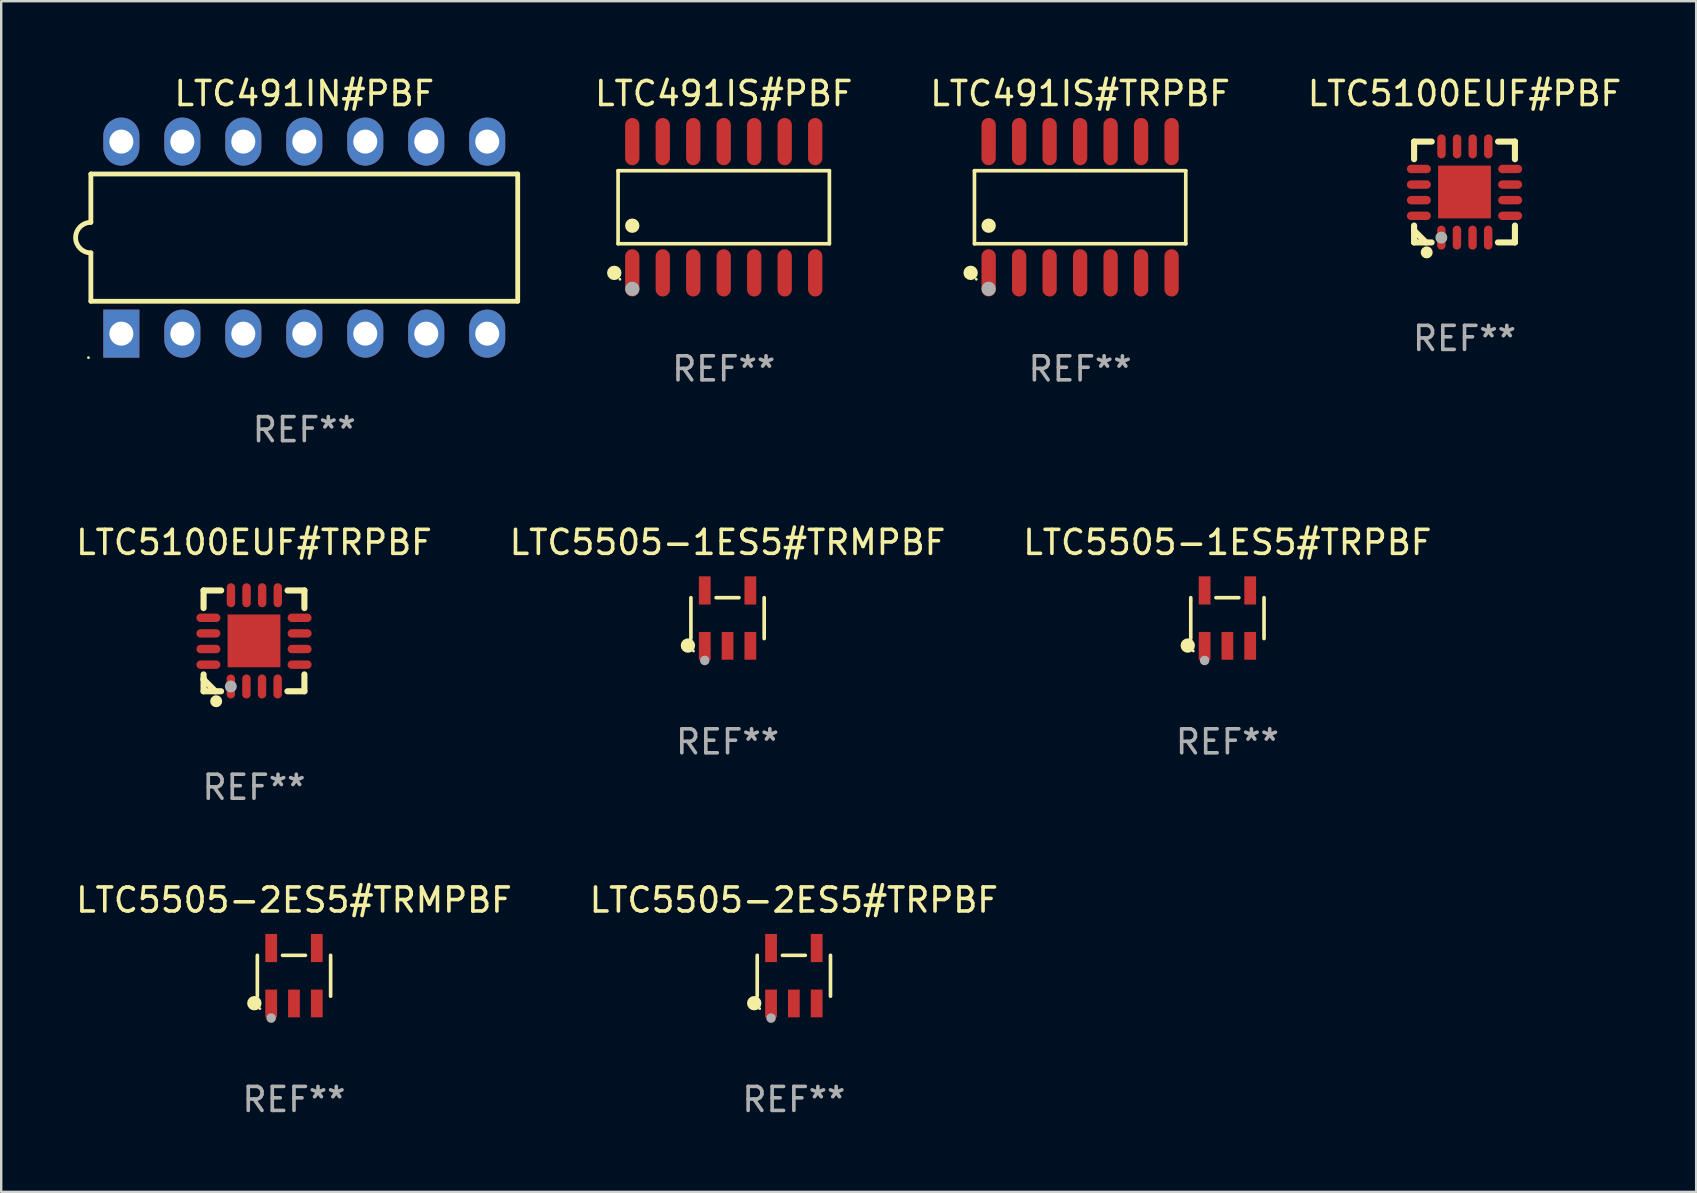
<source format=kicad_pcb>
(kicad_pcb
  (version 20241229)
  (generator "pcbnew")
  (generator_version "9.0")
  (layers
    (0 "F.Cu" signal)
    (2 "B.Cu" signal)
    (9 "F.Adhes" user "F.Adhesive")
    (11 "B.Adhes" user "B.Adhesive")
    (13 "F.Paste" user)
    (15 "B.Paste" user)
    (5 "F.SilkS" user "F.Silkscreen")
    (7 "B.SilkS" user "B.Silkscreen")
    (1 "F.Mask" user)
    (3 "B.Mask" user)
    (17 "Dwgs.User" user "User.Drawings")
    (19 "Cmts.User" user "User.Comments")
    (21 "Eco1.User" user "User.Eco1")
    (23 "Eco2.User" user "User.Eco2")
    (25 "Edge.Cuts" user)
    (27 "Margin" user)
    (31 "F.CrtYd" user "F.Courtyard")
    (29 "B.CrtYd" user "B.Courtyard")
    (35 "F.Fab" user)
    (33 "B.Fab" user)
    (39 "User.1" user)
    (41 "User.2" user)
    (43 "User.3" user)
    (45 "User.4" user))
  (footprint "LTC5505-2ES5#TRMPBF"
    (layer "F.Cu")
    (at 9.196 37.595)
    (property "Reference" "LTC5505-2ES5#TRMPBF" (at 0 -3.154 0) (layer "F.SilkS") (effects (font (size 1 1) (thickness 0.15))))
    (attr through_hole)
    (fp_line (start -1.526 0.851) (end -1.526 -0.851) (stroke (width 0.152) (type solid)) (layer "F.SilkS"))
    (fp_line (start 0.476 -0.851) (end -0.476 -0.851) (stroke (width 0.152) (type solid)) (layer "F.SilkS"))
    (fp_line (start 1.526 0.851) (end 1.526 -0.851) (stroke (width 0.152) (type solid)) (layer "F.SilkS"))
    (fp_circle (center -1.651 1.143) (end -1.501 1.143) (stroke (width 0.3) (type solid)) (fill no) (layer "F.SilkS"))
    (fp_circle (center -1.42 1.37) (end -1.39 1.37) (stroke (width 0.06) (type solid)) (fill no) (layer "F.SilkS"))
    (fp_circle (center -0.95 1.763) (end -0.85 1.763) (stroke (width 0.2) (type solid)) (fill no) (layer "F.Fab"))
    (fp_text user "REF**" (at 0 5.154 0) (layer "F.Fab") (effects (font (size 1 1) (thickness 0.15))))
    (pad "1" smd rect (at -0.95 1.154) (size 0.49 1.157) (layers "F.Cu" "F.Mask" "F.Paste"))
    (pad "2" smd rect (at 0 1.154) (size 0.49 1.157) (layers "F.Cu" "F.Mask" "F.Paste"))
    (pad "3" smd rect (at 0.95 1.154) (size 0.49 1.157) (layers "F.Cu" "F.Mask" "F.Paste"))
    (pad "4" smd rect (at 0.95 -1.154) (size 0.49 1.175) (layers "F.Cu" "F.Mask" "F.Paste"))
    (pad "5" smd rect (at -0.95 -1.154) (size 0.49 1.175) (layers "F.Cu" "F.Mask" "F.Paste")))
  (footprint "LTC5505-2ES5#TRPBF"
    (layer "F.Cu")
    (at 30.018 37.595)
    (property "Reference" "LTC5505-2ES5#TRPBF" (at 0 -3.154 0) (layer "F.SilkS") (effects (font (size 1 1) (thickness 0.15))))
    (attr through_hole)
    (fp_line (start -1.526 0.851) (end -1.526 -0.851) (stroke (width 0.152) (type solid)) (layer "F.SilkS"))
    (fp_line (start 0.476 -0.851) (end -0.476 -0.851) (stroke (width 0.152) (type solid)) (layer "F.SilkS"))
    (fp_line (start 1.526 0.851) (end 1.526 -0.851) (stroke (width 0.152) (type solid)) (layer "F.SilkS"))
    (fp_circle (center -1.651 1.143) (end -1.501 1.143) (stroke (width 0.3) (type solid)) (fill no) (layer "F.SilkS"))
    (fp_circle (center -1.42 1.37) (end -1.39 1.37) (stroke (width 0.06) (type solid)) (fill no) (layer "F.SilkS"))
    (fp_circle (center -0.95 1.763) (end -0.85 1.763) (stroke (width 0.2) (type solid)) (fill no) (layer "F.Fab"))
    (fp_text user "REF**" (at 0 5.154 0) (layer "F.Fab") (effects (font (size 1 1) (thickness 0.15))))
    (pad "1" smd rect (at -0.95 1.154) (size 0.49 1.157) (layers "F.Cu" "F.Mask" "F.Paste"))
    (pad "2" smd rect (at 0 1.154) (size 0.49 1.157) (layers "F.Cu" "F.Mask" "F.Paste"))
    (pad "3" smd rect (at 0.95 1.154) (size 0.49 1.157) (layers "F.Cu" "F.Mask" "F.Paste"))
    (pad "4" smd rect (at 0.95 -1.154) (size 0.49 1.175) (layers "F.Cu" "F.Mask" "F.Paste"))
    (pad "5" smd rect (at -0.95 -1.154) (size 0.49 1.175) (layers "F.Cu" "F.Mask" "F.Paste")))
  (footprint "LTC5505-1ES5#TRMPBF"
    (layer "F.Cu")
    (at 27.256 22.698)
    (property "Reference" "LTC5505-1ES5#TRMPBF" (at 0 -3.154 0) (layer "F.SilkS") (effects (font (size 1 1) (thickness 0.15))))
    (attr through_hole)
    (fp_line (start -1.526 0.851) (end -1.526 -0.851) (stroke (width 0.152) (type solid)) (layer "F.SilkS"))
    (fp_line (start 0.476 -0.851) (end -0.476 -0.851) (stroke (width 0.152) (type solid)) (layer "F.SilkS"))
    (fp_line (start 1.526 0.851) (end 1.526 -0.851) (stroke (width 0.152) (type solid)) (layer "F.SilkS"))
    (fp_circle (center -1.651 1.143) (end -1.501 1.143) (stroke (width 0.3) (type solid)) (fill no) (layer "F.SilkS"))
    (fp_circle (center -1.42 1.37) (end -1.39 1.37) (stroke (width 0.06) (type solid)) (fill no) (layer "F.SilkS"))
    (fp_circle (center -0.95 1.763) (end -0.85 1.763) (stroke (width 0.2) (type solid)) (fill no) (layer "F.Fab"))
    (fp_text user "REF**" (at 0 5.154 0) (layer "F.Fab") (effects (font (size 1 1) (thickness 0.15))))
    (pad "1" smd rect (at -0.95 1.154) (size 0.49 1.157) (layers "F.Cu" "F.Mask" "F.Paste"))
    (pad "2" smd rect (at 0 1.154) (size 0.49 1.157) (layers "F.Cu" "F.Mask" "F.Paste"))
    (pad "3" smd rect (at 0.95 1.154) (size 0.49 1.157) (layers "F.Cu" "F.Mask" "F.Paste"))
    (pad "4" smd rect (at 0.95 -1.154) (size 0.49 1.175) (layers "F.Cu" "F.Mask" "F.Paste"))
    (pad "5" smd rect (at -0.95 -1.154) (size 0.49 1.175) (layers "F.Cu" "F.Mask" "F.Paste")))
  (footprint "LTC5100EUF#PBF"
    (layer "F.Cu")
    (at 57.954 4.948)
    (property "Reference" "LTC5100EUF#PBF" (at 0 -4.1 0) (layer "F.SilkS") (effects (font (size 1 1) (thickness 0.15))))
    (attr through_hole)
    (fp_line (start -2.1 -2.1) (end -1.366 -2.1) (stroke (width 0.254) (type solid)) (layer "F.SilkS"))
    (fp_line (start -2.1 -1.366) (end -2.1 -2.1) (stroke (width 0.254) (type solid)) (layer "F.SilkS"))
    (fp_line (start -2.1 1.572) (end -2.1 1.607) (stroke (width 0.254) (type solid)) (layer "F.SilkS"))
    (fp_line (start -2.1 1.607) (end -1.607 2.1) (stroke (width 0.254) (type solid)) (layer "F.SilkS"))
    (fp_line (start -2.1 2.1) (end -2.1 1.397) (stroke (width 0.254) (type solid)) (layer "F.SilkS"))
    (fp_line (start -2.1 2.1) (end -1.371 2.1) (stroke (width 0.254) (type solid)) (layer "F.SilkS"))
    (fp_line (start 1.392 2.1) (end 2.1 2.1) (stroke (width 0.254) (type solid)) (layer "F.SilkS"))
    (fp_line (start 1.397 -2.1) (end 2.1 -2.1) (stroke (width 0.254) (type solid)) (layer "F.SilkS"))
    (fp_line (start 2.1 -1.366) (end 2.1 -2.1) (stroke (width 0.254) (type solid)) (layer "F.SilkS"))
    (fp_line (start 2.1 2.1) (end 2.1 1.397) (stroke (width 0.254) (type solid)) (layer "F.SilkS"))
    (fp_circle (center -2 2) (end -1.97 2) (stroke (width 0.06) (type solid)) (fill no) (layer "F.SilkS"))
    (fp_circle (center -1.575 2.515) (end -1.45 2.515) (stroke (width 0.25) (type solid)) (fill no) (layer "F.SilkS"))
    (fp_circle (center -0.965 1.9) (end -0.84 1.9) (stroke (width 0.25) (type solid)) (fill no) (layer "F.Fab"))
    (fp_text user "REF**" (at 0 6.1 0) (layer "F.Fab") (effects (font (size 1 1) (thickness 0.15))))
    (pad "1" smd oval (at -0.965 1.9) (size 0.35 1) (layers "F.Cu" "F.Mask" "F.Paste"))
    (pad "2" smd oval (at -0.315 1.9) (size 0.35 1) (layers "F.Cu" "F.Mask" "F.Paste"))
    (pad "3" smd oval (at 0.335 1.9) (size 0.35 1) (layers "F.Cu" "F.Mask" "F.Paste"))
    (pad "4" smd oval (at 0.986 1.9) (size 0.35 1) (layers "F.Cu" "F.Mask" "F.Paste"))
    (pad "5" smd oval (at 1.9 0.991) (size 1 0.35) (layers "F.Cu" "F.Mask" "F.Paste"))
    (pad "6" smd oval (at 1.9 0.34) (size 1 0.35) (layers "F.Cu" "F.Mask" "F.Paste"))
    (pad "7" smd oval (at 1.9 -0.31) (size 1 0.35) (layers "F.Cu" "F.Mask" "F.Paste"))
    (pad "8" smd oval (at 1.9 -0.96) (size 1 0.35) (layers "F.Cu" "F.Mask" "F.Paste"))
    (pad "9" smd oval (at 0.991 -1.9) (size 0.35 1) (layers "F.Cu" "F.Mask" "F.Paste"))
    (pad "10" smd oval (at 0.34 -1.9) (size 0.35 1) (layers "F.Cu" "F.Mask" "F.Paste"))
    (pad "11" smd oval (at -0.31 -1.9) (size 0.35 1) (layers "F.Cu" "F.Mask" "F.Paste"))
    (pad "12" smd oval (at -0.96 -1.9) (size 0.35 1) (layers "F.Cu" "F.Mask" "F.Paste"))
    (pad "13" smd oval (at -1.9 -0.96) (size 1 0.35) (layers "F.Cu" "F.Mask" "F.Paste"))
    (pad "14" smd oval (at -1.9 -0.31) (size 1 0.35) (layers "F.Cu" "F.Mask" "F.Paste"))
    (pad "15" smd oval (at -1.9 0.34) (size 1 0.35) (layers "F.Cu" "F.Mask" "F.Paste"))
    (pad "16" smd oval (at -1.9 0.991) (size 1 0.35) (layers "F.Cu" "F.Mask" "F.Paste"))
    (pad "17" smd rect (at 0 0) (size 2.2 2.2) (layers "F.Cu" "F.Mask" "F.Paste")))
  (footprint "LTC491IS#TRPBF"
    (layer "F.Cu")
    (at 41.942 5.582)
    (property "Reference" "LTC491IS#TRPBF" (at 0 -4.734 0) (layer "F.SilkS") (effects (font (size 1 1) (thickness 0.15))))
    (attr through_hole)
    (fp_line (start -4.401 -1.521) (end 4.401 -1.521) (stroke (width 0.152) (type solid)) (layer "F.SilkS"))
    (fp_line (start -4.401 1.521) (end -4.401 -1.521) (stroke (width 0.152) (type solid)) (layer "F.SilkS"))
    (fp_line (start 4.401 -1.521) (end 4.401 1.521) (stroke (width 0.152) (type solid)) (layer "F.SilkS"))
    (fp_line (start 4.401 1.521) (end -4.401 1.521) (stroke (width 0.152) (type solid)) (layer "F.SilkS"))
    (fp_circle (center -4.56 2.734) (end -4.41 2.734) (stroke (width 0.3) (type solid)) (fill no) (layer "F.SilkS"))
    (fp_circle (center -4.325 3) (end -4.295 3) (stroke (width 0.06) (type solid)) (fill no) (layer "F.SilkS"))
    (fp_circle (center -3.81 0.769) (end -3.66 0.769) (stroke (width 0.3) (type solid)) (fill no) (layer "F.SilkS"))
    (fp_circle (center -3.81 3.4) (end -3.66 3.4) (stroke (width 0.3) (type solid)) (fill no) (layer "F.Fab"))
    (fp_text user "REF**" (at 0 6.734 0) (layer "F.Fab") (effects (font (size 1 1) (thickness 0.15))))
    (pad "1" smd oval (at -3.81 2.734) (size 0.595 1.968) (layers "F.Cu" "F.Mask" "F.Paste"))
    (pad "2" smd oval (at -2.54 2.734) (size 0.595 1.968) (layers "F.Cu" "F.Mask" "F.Paste"))
    (pad "3" smd oval (at -1.27 2.734) (size 0.595 1.968) (layers "F.Cu" "F.Mask" "F.Paste"))
    (pad "4" smd oval (at 0 2.734) (size 0.595 1.968) (layers "F.Cu" "F.Mask" "F.Paste"))
    (pad "5" smd oval (at 1.27 2.734) (size 0.595 1.968) (layers "F.Cu" "F.Mask" "F.Paste"))
    (pad "6" smd oval (at 2.54 2.734) (size 0.595 1.968) (layers "F.Cu" "F.Mask" "F.Paste"))
    (pad "7" smd oval (at 3.81 2.734) (size 0.595 1.968) (layers "F.Cu" "F.Mask" "F.Paste"))
    (pad "8" smd oval (at 3.81 -2.734) (size 0.595 1.968) (layers "F.Cu" "F.Mask" "F.Paste"))
    (pad "9" smd oval (at 2.54 -2.734) (size 0.595 1.968) (layers "F.Cu" "F.Mask" "F.Paste"))
    (pad "10" smd oval (at 1.27 -2.734) (size 0.595 1.968) (layers "F.Cu" "F.Mask" "F.Paste"))
    (pad "11" smd oval (at 0 -2.734) (size 0.595 1.968) (layers "F.Cu" "F.Mask" "F.Paste"))
    (pad "12" smd oval (at -1.27 -2.734) (size 0.595 1.968) (layers "F.Cu" "F.Mask" "F.Paste"))
    (pad "13" smd oval (at -2.54 -2.734) (size 0.595 1.968) (layers "F.Cu" "F.Mask" "F.Paste"))
    (pad "14" smd oval (at -3.81 -2.734) (size 0.595 1.968) (layers "F.Cu" "F.Mask" "F.Paste")))
  (footprint "LTC491IN#PBF"
    (layer "F.Cu")
    (at 9.625 6.848)
    (property "Reference" "LTC491IN#PBF" (at 0 -6 0) (layer "F.SilkS") (effects (font (size 1 1) (thickness 0.15))))
    (attr through_hole)
    (fp_line (start -8.89 -2.65) (end -8.89 -0.635) (stroke (width 0.2) (type solid)) (layer "F.SilkS"))
    (fp_line (start -8.89 0.635) (end -8.89 2.65) (stroke (width 0.2) (type solid)) (layer "F.SilkS"))
    (fp_line (start -8.89 2.65) (end 8.89 2.65) (stroke (width 0.2) (type solid)) (layer "F.SilkS"))
    (fp_line (start 8.89 -2.65) (end -8.89 -2.65) (stroke (width 0.2) (type solid)) (layer "F.SilkS"))
    (fp_line (start 8.89 2.65) (end 8.89 -2.65) (stroke (width 0.2) (type solid)) (layer "F.SilkS"))
    (fp_arc (start -8.890018 0.635001) (mid -9.525019 0) (end -8.890018 -0.635001) (stroke (width 0.2) (type solid)) (layer "F.SilkS"))
    (fp_circle (center -8.99 5) (end -8.96 5) (stroke (width 0.06) (type solid)) (fill no) (layer "F.SilkS"))
    (fp_text user "REF**" (at 0 8 0) (layer "F.Fab") (effects (font (size 1 1) (thickness 0.15))))
    (pad "1" thru_hole rect (at -7.62 4 90) (size 2 1.5) (drill 1) (layers "*.Cu" "*.Mask"))
    (pad "2" thru_hole oval (at -5.08 4 90) (size 2 1.5) (drill 1) (layers "*.Cu" "*.Mask"))
    (pad "3" thru_hole oval (at -2.54 4 90) (size 2 1.5) (drill 1) (layers "*.Cu" "*.Mask"))
    (pad "4" thru_hole oval (at 0 4 90) (size 2 1.5) (drill 1) (layers "*.Cu" "*.Mask"))
    (pad "5" thru_hole oval (at 2.54 4 90) (size 2 1.5) (drill 1) (layers "*.Cu" "*.Mask"))
    (pad "6" thru_hole oval (at 5.08 4 90) (size 2 1.5) (drill 1) (layers "*.Cu" "*.Mask"))
    (pad "7" thru_hole oval (at 7.62 4 90) (size 2 1.5) (drill 1) (layers "*.Cu" "*.Mask"))
    (pad "8" thru_hole oval (at 7.62 -4 90) (size 2 1.5) (drill 1) (layers "*.Cu" "*.Mask"))
    (pad "9" thru_hole oval (at 5.08 -4 90) (size 2 1.5) (drill 1) (layers "*.Cu" "*.Mask"))
    (pad "10" thru_hole oval (at 2.54 -4 90) (size 2 1.5) (drill 1) (layers "*.Cu" "*.Mask"))
    (pad "11" thru_hole oval (at 0 -4 90) (size 2 1.5) (drill 1) (layers "*.Cu" "*.Mask"))
    (pad "12" thru_hole oval (at -2.54 -4 90) (size 2 1.5) (drill 1) (layers "*.Cu" "*.Mask"))
    (pad "13" thru_hole oval (at -5.08 -4 90) (size 2 1.5) (drill 1) (layers "*.Cu" "*.Mask"))
    (pad "14" thru_hole oval (at -7.62 -4 90) (size 2 1.5) (drill 1) (layers "*.Cu" "*.Mask")))
  (footprint "LTC491IS#PBF"
    (layer "F.Cu")
    (at 27.097 5.582)
    (property "Reference" "LTC491IS#PBF" (at 0 -4.734 0) (layer "F.SilkS") (effects (font (size 1 1) (thickness 0.15))))
    (attr through_hole)
    (fp_line (start -4.401 -1.521) (end 4.401 -1.521) (stroke (width 0.152) (type solid)) (layer "F.SilkS"))
    (fp_line (start -4.401 1.521) (end -4.401 -1.521) (stroke (width 0.152) (type solid)) (layer "F.SilkS"))
    (fp_line (start 4.401 -1.521) (end 4.401 1.521) (stroke (width 0.152) (type solid)) (layer "F.SilkS"))
    (fp_line (start 4.401 1.521) (end -4.401 1.521) (stroke (width 0.152) (type solid)) (layer "F.SilkS"))
    (fp_circle (center -4.56 2.734) (end -4.41 2.734) (stroke (width 0.3) (type solid)) (fill no) (layer "F.SilkS"))
    (fp_circle (center -4.325 3) (end -4.295 3) (stroke (width 0.06) (type solid)) (fill no) (layer "F.SilkS"))
    (fp_circle (center -3.81 0.769) (end -3.66 0.769) (stroke (width 0.3) (type solid)) (fill no) (layer "F.SilkS"))
    (fp_circle (center -3.81 3.4) (end -3.66 3.4) (stroke (width 0.3) (type solid)) (fill no) (layer "F.Fab"))
    (fp_text user "REF**" (at 0 6.734 0) (layer "F.Fab") (effects (font (size 1 1) (thickness 0.15))))
    (pad "1" smd oval (at -3.81 2.734) (size 0.595 1.968) (layers "F.Cu" "F.Mask" "F.Paste"))
    (pad "2" smd oval (at -2.54 2.734) (size 0.595 1.968) (layers "F.Cu" "F.Mask" "F.Paste"))
    (pad "3" smd oval (at -1.27 2.734) (size 0.595 1.968) (layers "F.Cu" "F.Mask" "F.Paste"))
    (pad "4" smd oval (at 0 2.734) (size 0.595 1.968) (layers "F.Cu" "F.Mask" "F.Paste"))
    (pad "5" smd oval (at 1.27 2.734) (size 0.595 1.968) (layers "F.Cu" "F.Mask" "F.Paste"))
    (pad "6" smd oval (at 2.54 2.734) (size 0.595 1.968) (layers "F.Cu" "F.Mask" "F.Paste"))
    (pad "7" smd oval (at 3.81 2.734) (size 0.595 1.968) (layers "F.Cu" "F.Mask" "F.Paste"))
    (pad "8" smd oval (at 3.81 -2.734) (size 0.595 1.968) (layers "F.Cu" "F.Mask" "F.Paste"))
    (pad "9" smd oval (at 2.54 -2.734) (size 0.595 1.968) (layers "F.Cu" "F.Mask" "F.Paste"))
    (pad "10" smd oval (at 1.27 -2.734) (size 0.595 1.968) (layers "F.Cu" "F.Mask" "F.Paste"))
    (pad "11" smd oval (at 0 -2.734) (size 0.595 1.968) (layers "F.Cu" "F.Mask" "F.Paste"))
    (pad "12" smd oval (at -1.27 -2.734) (size 0.595 1.968) (layers "F.Cu" "F.Mask" "F.Paste"))
    (pad "13" smd oval (at -2.54 -2.734) (size 0.595 1.968) (layers "F.Cu" "F.Mask" "F.Paste"))
    (pad "14" smd oval (at -3.81 -2.734) (size 0.595 1.968) (layers "F.Cu" "F.Mask" "F.Paste")))
  (footprint "LTC5100EUF#TRPBF"
    (layer "F.Cu")
    (at 7.53 23.645)
    (property "Reference" "LTC5100EUF#TRPBF" (at 0 -4.1 0) (layer "F.SilkS") (effects (font (size 1 1) (thickness 0.15))))
    (attr through_hole)
    (fp_line (start -2.1 -2.1) (end -1.366 -2.1) (stroke (width 0.254) (type solid)) (layer "F.SilkS"))
    (fp_line (start -2.1 -1.366) (end -2.1 -2.1) (stroke (width 0.254) (type solid)) (layer "F.SilkS"))
    (fp_line (start -2.1 1.572) (end -2.1 1.607) (stroke (width 0.254) (type solid)) (layer "F.SilkS"))
    (fp_line (start -2.1 1.607) (end -1.607 2.1) (stroke (width 0.254) (type solid)) (layer "F.SilkS"))
    (fp_line (start -2.1 2.1) (end -2.1 1.397) (stroke (width 0.254) (type solid)) (layer "F.SilkS"))
    (fp_line (start -2.1 2.1) (end -1.371 2.1) (stroke (width 0.254) (type solid)) (layer "F.SilkS"))
    (fp_line (start 1.392 2.1) (end 2.1 2.1) (stroke (width 0.254) (type solid)) (layer "F.SilkS"))
    (fp_line (start 1.397 -2.1) (end 2.1 -2.1) (stroke (width 0.254) (type solid)) (layer "F.SilkS"))
    (fp_line (start 2.1 -1.366) (end 2.1 -2.1) (stroke (width 0.254) (type solid)) (layer "F.SilkS"))
    (fp_line (start 2.1 2.1) (end 2.1 1.397) (stroke (width 0.254) (type solid)) (layer "F.SilkS"))
    (fp_circle (center -2 2) (end -1.97 2) (stroke (width 0.06) (type solid)) (fill no) (layer "F.SilkS"))
    (fp_circle (center -1.575 2.515) (end -1.45 2.515) (stroke (width 0.25) (type solid)) (fill no) (layer "F.SilkS"))
    (fp_circle (center -0.965 1.9) (end -0.84 1.9) (stroke (width 0.25) (type solid)) (fill no) (layer "F.Fab"))
    (fp_text user "REF**" (at 0 6.1 0) (layer "F.Fab") (effects (font (size 1 1) (thickness 0.15))))
    (pad "1" smd oval (at -0.965 1.9) (size 0.35 1) (layers "F.Cu" "F.Mask" "F.Paste"))
    (pad "2" smd oval (at -0.315 1.9) (size 0.35 1) (layers "F.Cu" "F.Mask" "F.Paste"))
    (pad "3" smd oval (at 0.335 1.9) (size 0.35 1) (layers "F.Cu" "F.Mask" "F.Paste"))
    (pad "4" smd oval (at 0.986 1.9) (size 0.35 1) (layers "F.Cu" "F.Mask" "F.Paste"))
    (pad "5" smd oval (at 1.9 0.991) (size 1 0.35) (layers "F.Cu" "F.Mask" "F.Paste"))
    (pad "6" smd oval (at 1.9 0.34) (size 1 0.35) (layers "F.Cu" "F.Mask" "F.Paste"))
    (pad "7" smd oval (at 1.9 -0.31) (size 1 0.35) (layers "F.Cu" "F.Mask" "F.Paste"))
    (pad "8" smd oval (at 1.9 -0.96) (size 1 0.35) (layers "F.Cu" "F.Mask" "F.Paste"))
    (pad "9" smd oval (at 0.991 -1.9) (size 0.35 1) (layers "F.Cu" "F.Mask" "F.Paste"))
    (pad "10" smd oval (at 0.34 -1.9) (size 0.35 1) (layers "F.Cu" "F.Mask" "F.Paste"))
    (pad "11" smd oval (at -0.31 -1.9) (size 0.35 1) (layers "F.Cu" "F.Mask" "F.Paste"))
    (pad "12" smd oval (at -0.96 -1.9) (size 0.35 1) (layers "F.Cu" "F.Mask" "F.Paste"))
    (pad "13" smd oval (at -1.9 -0.96) (size 1 0.35) (layers "F.Cu" "F.Mask" "F.Paste"))
    (pad "14" smd oval (at -1.9 -0.31) (size 1 0.35) (layers "F.Cu" "F.Mask" "F.Paste"))
    (pad "15" smd oval (at -1.9 0.34) (size 1 0.35) (layers "F.Cu" "F.Mask" "F.Paste"))
    (pad "16" smd oval (at -1.9 0.991) (size 1 0.35) (layers "F.Cu" "F.Mask" "F.Paste"))
    (pad "17" smd rect (at 0 0) (size 2.2 2.2) (layers "F.Cu" "F.Mask" "F.Paste")))
  (footprint "LTC5505-1ES5#TRPBF"
    (layer "F.Cu")
    (at 48.077 22.698)
    (property "Reference" "LTC5505-1ES5#TRPBF" (at 0 -3.154 0) (layer "F.SilkS") (effects (font (size 1 1) (thickness 0.15))))
    (attr through_hole)
    (fp_line (start -1.526 0.851) (end -1.526 -0.851) (stroke (width 0.152) (type solid)) (layer "F.SilkS"))
    (fp_line (start 0.476 -0.851) (end -0.476 -0.851) (stroke (width 0.152) (type solid)) (layer "F.SilkS"))
    (fp_line (start 1.526 0.851) (end 1.526 -0.851) (stroke (width 0.152) (type solid)) (layer "F.SilkS"))
    (fp_circle (center -1.651 1.143) (end -1.501 1.143) (stroke (width 0.3) (type solid)) (fill no) (layer "F.SilkS"))
    (fp_circle (center -1.42 1.37) (end -1.39 1.37) (stroke (width 0.06) (type solid)) (fill no) (layer "F.SilkS"))
    (fp_circle (center -0.95 1.763) (end -0.85 1.763) (stroke (width 0.2) (type solid)) (fill no) (layer "F.Fab"))
    (fp_text user "REF**" (at 0 5.154 0) (layer "F.Fab") (effects (font (size 1 1) (thickness 0.15))))
    (pad "1" smd rect (at -0.95 1.154) (size 0.49 1.157) (layers "F.Cu" "F.Mask" "F.Paste"))
    (pad "2" smd rect (at 0 1.154) (size 0.49 1.157) (layers "F.Cu" "F.Mask" "F.Paste"))
    (pad "3" smd rect (at 0.95 1.154) (size 0.49 1.157) (layers "F.Cu" "F.Mask" "F.Paste"))
    (pad "4" smd rect (at 0.95 -1.154) (size 0.49 1.175) (layers "F.Cu" "F.Mask" "F.Paste"))
    (pad "5" smd rect (at -0.95 -1.154) (size 0.49 1.175) (layers "F.Cu" "F.Mask" "F.Paste")))
  (gr_rect
    (start -3 -3)
    (end 67.603 46.597)
    (stroke (width 0.1) (type default))
    (fill no)
    (layer "Edge.Cuts")))
</source>
